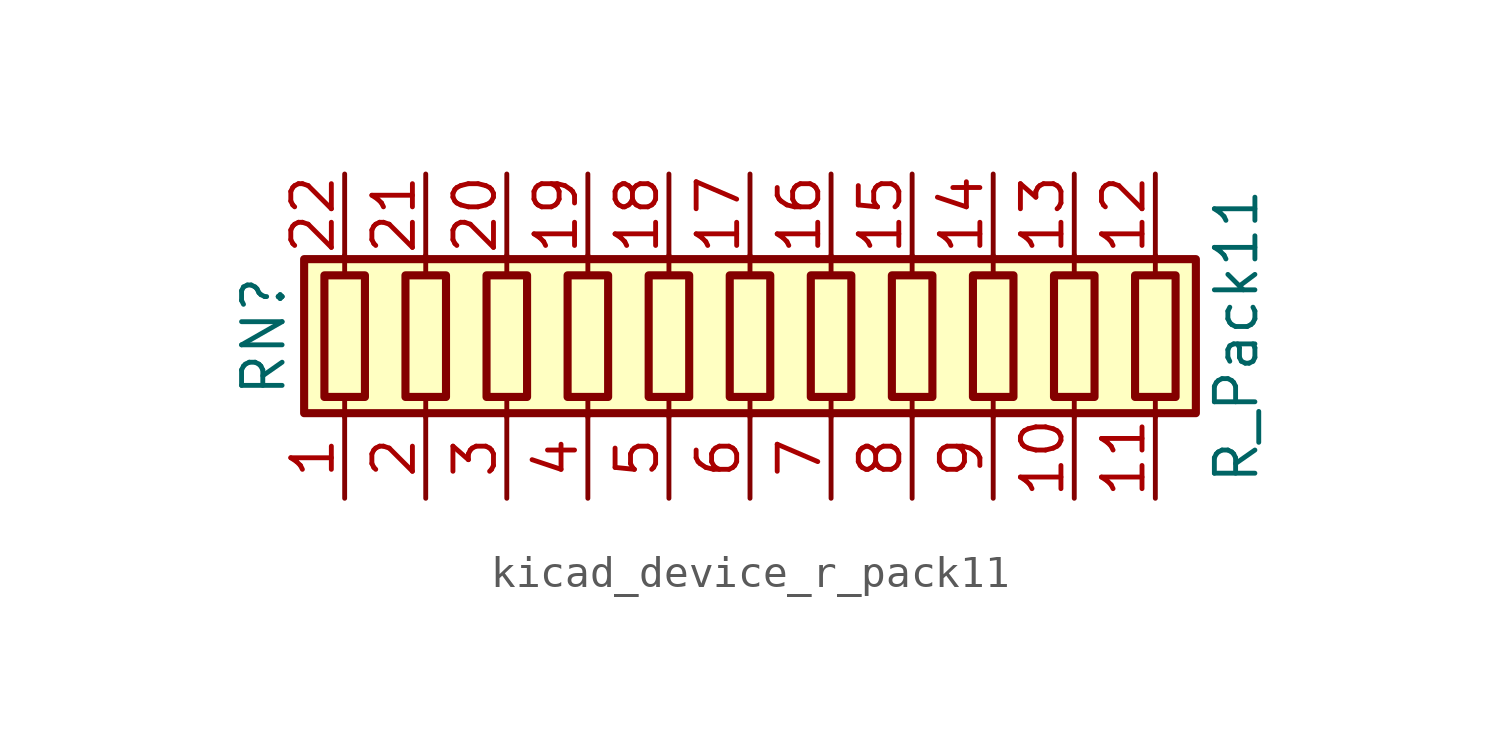
<source format=kicad_sym>
(kicad_symbol_lib
  (version 20220914)
  (generator kicad_symbol_editor)
  (symbol "kicad_device_r_pack11"
    (pin_names
      (offset 0) hide)
    (property "Reference" "RN"
      (at -15.24 0 90)
      (effects (font (size 1.27 1.27))))
    (property "Value" "R_Pack11"
      (at 15.24 0 90)
      (effects (font (size 1.27 1.27))))
    (symbol "kicad_device_r_pack11_0_1"
      (rectangle (start -13.97 -2.413) (end 13.97 2.413) (stroke (width 0.254) (type default)) (fill (type background)))
      (rectangle (start -13.335 1.905) (end -12.065 -1.905) (stroke (width 0.254) (type default)) (fill (type none)))
      (rectangle (start -10.795 1.905) (end -9.525 -1.905) (stroke (width 0.254) (type default)) (fill (type none)))
      (rectangle (start -8.255 1.905) (end -6.985 -1.905) (stroke (width 0.254) (type default)) (fill (type none)))
      (rectangle (start -5.715 1.905) (end -4.445 -1.905) (stroke (width 0.254) (type default)) (fill (type none)))
      (rectangle (start -3.175 1.905) (end -1.905 -1.905) (stroke (width 0.254) (type default)) (fill (type none)))
      (rectangle (start -0.635 1.905) (end 0.635 -1.905) (stroke (width 0.254) (type default)) (fill (type none)))
      (polyline (pts (xy -12.7 -2.54) (xy -12.7 -1.905)) (stroke (width 0) (type default)) (fill (type none)))
      (polyline (pts (xy -12.7 1.905) (xy -12.7 2.54)) (stroke (width 0) (type default)) (fill (type none)))
      (polyline (pts (xy -10.16 -2.54) (xy -10.16 -1.905)) (stroke (width 0) (type default)) (fill (type none)))
      (polyline (pts (xy -10.16 1.905) (xy -10.16 2.54)) (stroke (width 0) (type default)) (fill (type none)))
      (polyline (pts (xy -7.62 -2.54) (xy -7.62 -1.905)) (stroke (width 0) (type default)) (fill (type none)))
      (polyline (pts (xy -7.62 1.905) (xy -7.62 2.54)) (stroke (width 0) (type default)) (fill (type none)))
      (polyline (pts (xy -5.08 -2.54) (xy -5.08 -1.905)) (stroke (width 0) (type default)) (fill (type none)))
      (polyline (pts (xy -5.08 1.905) (xy -5.08 2.54)) (stroke (width 0) (type default)) (fill (type none)))
      (polyline (pts (xy -2.54 -2.54) (xy -2.54 -1.905)) (stroke (width 0) (type default)) (fill (type none)))
      (polyline (pts (xy -2.54 1.905) (xy -2.54 2.54)) (stroke (width 0) (type default)) (fill (type none)))
      (polyline (pts (xy 0 -2.54) (xy 0 -1.905)) (stroke (width 0) (type default)) (fill (type none)))
      (polyline (pts (xy 0 1.905) (xy 0 2.54)) (stroke (width 0) (type default)) (fill (type none)))
      (polyline (pts (xy 2.54 -2.54) (xy 2.54 -1.905)) (stroke (width 0) (type default)) (fill (type none)))
      (polyline (pts (xy 2.54 1.905) (xy 2.54 2.54)) (stroke (width 0) (type default)) (fill (type none)))
      (polyline (pts (xy 5.08 -2.54) (xy 5.08 -1.905)) (stroke (width 0) (type default)) (fill (type none)))
      (polyline (pts (xy 5.08 1.905) (xy 5.08 2.54)) (stroke (width 0) (type default)) (fill (type none)))
      (polyline (pts (xy 7.62 -2.54) (xy 7.62 -1.905)) (stroke (width 0) (type default)) (fill (type none)))
      (polyline (pts (xy 7.62 1.905) (xy 7.62 2.54)) (stroke (width 0) (type default)) (fill (type none)))
      (polyline (pts (xy 10.16 -2.54) (xy 10.16 -1.905)) (stroke (width 0) (type default)) (fill (type none)))
      (polyline (pts (xy 10.16 1.905) (xy 10.16 2.54)) (stroke (width 0) (type default)) (fill (type none)))
      (polyline (pts (xy 12.7 -2.54) (xy 12.7 -1.905)) (stroke (width 0) (type default)) (fill (type none)))
      (polyline (pts (xy 12.7 1.905) (xy 12.7 2.54)) (stroke (width 0) (type default)) (fill (type none)))
      (rectangle (start 1.905 1.905) (end 3.175 -1.905) (stroke (width 0.254) (type default)) (fill (type none)))
      (rectangle (start 4.445 1.905) (end 5.715 -1.905) (stroke (width 0.254) (type default)) (fill (type none)))
      (rectangle (start 6.985 1.905) (end 8.255 -1.905) (stroke (width 0.254) (type default)) (fill (type none)))
      (rectangle (start 9.525 1.905) (end 10.795 -1.905) (stroke (width 0.254) (type default)) (fill (type none)))
      (rectangle (start 12.065 1.905) (end 13.335 -1.905) (stroke (width 0.254) (type default)) (fill (type none))))
    (symbol "kicad_device_r_pack11_1_1"
      (pin passive line (at -12.7 -5.08 90) (length 2.54) (name "R1.1" (effects (font (size 1.27 1.27)))) (number "1" (effects (font (size 1.27 1.27)))))
      (pin passive line (at 10.16 -5.08 90) (length 2.54) (name "R10.1" (effects (font (size 1.27 1.27)))) (number "10" (effects (font (size 1.27 1.27)))))
      (pin passive line (at 12.7 -5.08 90) (length 2.54) (name "R11.1" (effects (font (size 1.27 1.27)))) (number "11" (effects (font (size 1.27 1.27)))))
      (pin passive line (at 12.7 5.08 270) (length 2.54) (name "R11.2" (effects (font (size 1.27 1.27)))) (number "12" (effects (font (size 1.27 1.27)))))
      (pin passive line (at 10.16 5.08 270) (length 2.54) (name "R10.2" (effects (font (size 1.27 1.27)))) (number "13" (effects (font (size 1.27 1.27)))))
      (pin passive line (at 7.62 5.08 270) (length 2.54) (name "R9.2" (effects (font (size 1.27 1.27)))) (number "14" (effects (font (size 1.27 1.27)))))
      (pin passive line (at 5.08 5.08 270) (length 2.54) (name "R8.2" (effects (font (size 1.27 1.27)))) (number "15" (effects (font (size 1.27 1.27)))))
      (pin passive line (at 2.54 5.08 270) (length 2.54) (name "R7.2" (effects (font (size 1.27 1.27)))) (number "16" (effects (font (size 1.27 1.27)))))
      (pin passive line (at 0 5.08 270) (length 2.54) (name "R6.2" (effects (font (size 1.27 1.27)))) (number "17" (effects (font (size 1.27 1.27)))))
      (pin passive line (at -2.54 5.08 270) (length 2.54) (name "R5.2" (effects (font (size 1.27 1.27)))) (number "18" (effects (font (size 1.27 1.27)))))
      (pin passive line (at -5.08 5.08 270) (length 2.54) (name "R4.2" (effects (font (size 1.27 1.27)))) (number "19" (effects (font (size 1.27 1.27)))))
      (pin passive line (at -10.16 -5.08 90) (length 2.54) (name "R2.1" (effects (font (size 1.27 1.27)))) (number "2" (effects (font (size 1.27 1.27)))))
      (pin passive line (at -7.62 5.08 270) (length 2.54) (name "R3.2" (effects (font (size 1.27 1.27)))) (number "20" (effects (font (size 1.27 1.27)))))
      (pin passive line (at -10.16 5.08 270) (length 2.54) (name "R2.2" (effects (font (size 1.27 1.27)))) (number "21" (effects (font (size 1.27 1.27)))))
      (pin passive line (at -12.7 5.08 270) (length 2.54) (name "R1.2" (effects (font (size 1.27 1.27)))) (number "22" (effects (font (size 1.27 1.27)))))
      (pin passive line (at -7.62 -5.08 90) (length 2.54) (name "R3.1" (effects (font (size 1.27 1.27)))) (number "3" (effects (font (size 1.27 1.27)))))
      (pin passive line (at -5.08 -5.08 90) (length 2.54) (name "R4.1" (effects (font (size 1.27 1.27)))) (number "4" (effects (font (size 1.27 1.27)))))
      (pin passive line (at -2.54 -5.08 90) (length 2.54) (name "R5.1" (effects (font (size 1.27 1.27)))) (number "5" (effects (font (size 1.27 1.27)))))
      (pin passive line (at 0 -5.08 90) (length 2.54) (name "R6.1" (effects (font (size 1.27 1.27)))) (number "6" (effects (font (size 1.27 1.27)))))
      (pin passive line (at 2.54 -5.08 90) (length 2.54) (name "R7.1" (effects (font (size 1.27 1.27)))) (number "7" (effects (font (size 1.27 1.27)))))
      (pin passive line (at 5.08 -5.08 90) (length 2.54) (name "R8.1" (effects (font (size 1.27 1.27)))) (number "8" (effects (font (size 1.27 1.27)))))
      (pin passive line (at 7.62 -5.08 90) (length 2.54) (name "R9.1" (effects (font (size 1.27 1.27)))) (number "9" (effects (font (size 1.27 1.27))))))))
</source>
